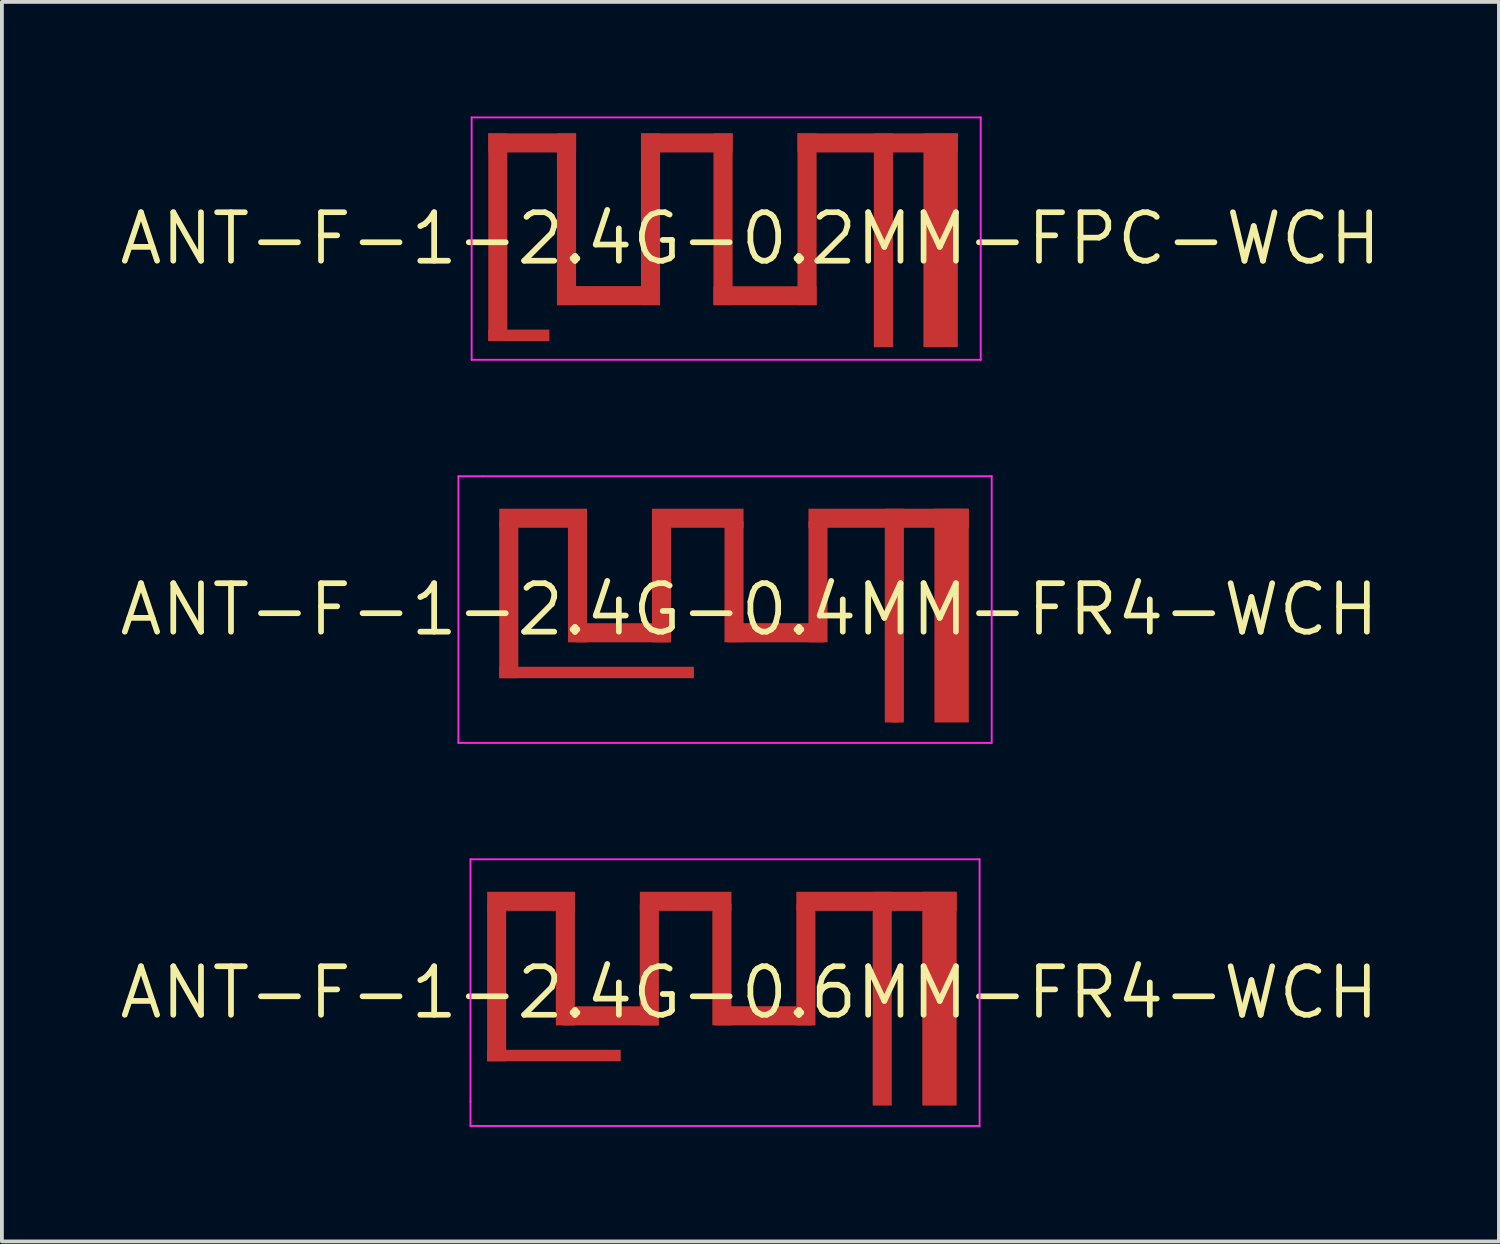
<source format=kicad_pcb>
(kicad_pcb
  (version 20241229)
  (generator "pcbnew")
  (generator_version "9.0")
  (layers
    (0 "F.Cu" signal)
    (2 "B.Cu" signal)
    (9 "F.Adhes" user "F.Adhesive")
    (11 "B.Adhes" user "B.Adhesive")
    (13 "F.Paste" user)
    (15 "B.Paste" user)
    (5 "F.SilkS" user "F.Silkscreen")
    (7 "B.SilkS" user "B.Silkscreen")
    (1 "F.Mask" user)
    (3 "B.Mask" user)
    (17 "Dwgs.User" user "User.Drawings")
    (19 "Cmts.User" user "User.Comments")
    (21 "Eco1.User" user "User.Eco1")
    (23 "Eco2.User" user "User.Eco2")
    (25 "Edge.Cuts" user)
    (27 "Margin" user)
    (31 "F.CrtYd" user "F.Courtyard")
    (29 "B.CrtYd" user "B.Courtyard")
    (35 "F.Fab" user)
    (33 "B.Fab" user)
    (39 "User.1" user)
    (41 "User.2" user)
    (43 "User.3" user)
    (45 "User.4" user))
  (footprint "ANT-F-1-2.4G-0.2MM-FPC-WCH"
    (layer "F.Cu")
    (at 15.973 3.2)
    (property "Reference" "ANT-F-1-2.4G-0.2MM-FPC-WCH" (at 0.635 0 0) (layer "F.SilkS") (effects (font (size 1.27 1.27) (thickness 0.15))))
    (attr exclude_from_pos_files exclude_from_bom)
    (fp_poly (pts (xy -6.232 2.684) (xy -4.632 2.684) (xy -4.632 2.384) (xy -6.232 2.384)) (stroke (width 0) (type solid)) (fill yes) (layer "F.Cu"))
    (fp_poly (pts (xy -5.733 -2.756) (xy -6.232 -2.756) (xy -6.232 2.684) (xy -5.733 2.684)) (stroke (width 0) (type solid)) (fill yes) (layer "F.Cu"))
    (fp_poly (pts (xy -3.932 -2.756) (xy -6.232 -2.756) (xy -6.232 -2.256) (xy -3.932 -2.256)) (stroke (width 0) (type solid)) (fill yes) (layer "F.Cu"))
    (fp_poly (pts (xy -3.932 -2.756) (xy -4.433 -2.756) (xy -4.433 1.744) (xy -3.932 1.744)) (stroke (width 0) (type solid)) (fill yes) (layer "F.Cu"))
    (fp_poly (pts (xy -1.733 1.244) (xy -4.433 1.244) (xy -4.433 1.744) (xy -1.733 1.744)) (stroke (width 0) (type solid)) (fill yes) (layer "F.Cu"))
    (fp_poly (pts (xy -1.733 -2.756) (xy -2.232 -2.756) (xy -2.232 1.744) (xy -1.733 1.744)) (stroke (width 0) (type solid)) (fill yes) (layer "F.Cu"))
    (fp_poly (pts (xy 0.168 -2.756) (xy -2.232 -2.756) (xy -2.232 -2.256) (xy 0.168 -2.256)) (stroke (width 0) (type solid)) (fill yes) (layer "F.Cu"))
    (fp_poly (pts (xy 0.168 -2.756) (xy -0.333 -2.756) (xy -0.333 1.744) (xy 0.168 1.744)) (stroke (width 0) (type solid)) (fill yes) (layer "F.Cu"))
    (fp_poly (pts (xy 2.368 -2.756) (xy 1.868 -2.756) (xy 1.868 1.744) (xy 2.368 1.744)) (stroke (width 0) (type solid)) (fill yes) (layer "F.Cu"))
    (fp_poly (pts (xy 2.368 1.249) (xy -0.333 1.249) (xy -0.333 1.744) (xy 2.368 1.744)) (stroke (width 0) (type solid)) (fill yes) (layer "F.Cu"))
    (fp_poly (pts (xy 6.068 -2.756) (xy 1.868 -2.756) (xy 1.868 -2.256) (xy 6.068 -2.256)) (stroke (width 0) (type solid)) (fill yes) (layer "F.Cu"))
    (fp_poly (pts (xy -6.232 2.684) (xy -4.632 2.684) (xy -4.632 2.384) (xy -6.232 2.384)) (stroke (width 0) (type solid)) (fill yes) (layer "F.Mask"))
    (fp_poly (pts (xy -5.733 -2.756) (xy -6.232 -2.756) (xy -6.232 2.684) (xy -5.733 2.684)) (stroke (width 0) (type solid)) (fill yes) (layer "F.Mask"))
    (fp_poly (pts (xy -3.932 -2.756) (xy -4.433 -2.756) (xy -4.433 1.744) (xy -3.932 1.744)) (stroke (width 0) (type solid)) (fill yes) (layer "F.Mask"))
    (fp_poly (pts (xy -3.932 -2.756) (xy -6.232 -2.756) (xy -6.232 -2.256) (xy -3.932 -2.256)) (stroke (width 0) (type solid)) (fill yes) (layer "F.Mask"))
    (fp_poly (pts (xy -1.733 1.244) (xy -4.433 1.244) (xy -4.433 1.744) (xy -1.733 1.744)) (stroke (width 0) (type solid)) (fill yes) (layer "F.Mask"))
    (fp_poly (pts (xy -1.733 -2.756) (xy -2.232 -2.756) (xy -2.232 1.744) (xy -1.733 1.744)) (stroke (width 0) (type solid)) (fill yes) (layer "F.Mask"))
    (fp_poly (pts (xy 0.168 -2.756) (xy -2.232 -2.756) (xy -2.232 -2.256) (xy 0.168 -2.256)) (stroke (width 0) (type solid)) (fill yes) (layer "F.Mask"))
    (fp_poly (pts (xy 0.168 -2.756) (xy -0.332 -2.756) (xy -0.332 1.744) (xy 0.168 1.744)) (stroke (width 0) (type solid)) (fill yes) (layer "F.Mask"))
    (fp_poly (pts (xy 2.368 -2.756) (xy 1.868 -2.756) (xy 1.868 1.744) (xy 2.368 1.744)) (stroke (width 0) (type solid)) (fill yes) (layer "F.Mask"))
    (fp_poly (pts (xy 2.368 1.249) (xy -0.332 1.249) (xy -0.332 1.744) (xy 2.368 1.744)) (stroke (width 0) (type solid)) (fill yes) (layer "F.Mask"))
    (fp_poly (pts (xy 4.368 -2.487) (xy 3.868 -2.487) (xy 3.868 2.844) (xy 4.368 2.844)) (stroke (width 0) (type solid)) (fill yes) (layer "F.Mask"))
    (fp_poly (pts (xy 6.068 -2.756) (xy 5.167 -2.756) (xy 5.167 2.844) (xy 6.068 2.844)) (stroke (width 0) (type solid)) (fill yes) (layer "F.Mask"))
    (fp_poly (pts (xy 6.068 -2.756) (xy 1.868 -2.756) (xy 1.868 -2.256) (xy 6.068 -2.256)) (stroke (width 0) (type solid)) (fill yes) (layer "F.Mask"))
    (fp_line (start -6.668 -3.175) (end -6.668 3.175) (stroke (width 0.05) (type solid)) (layer "F.CrtYd"))
    (fp_line (start -6.668 3.175) (end 6.668 3.175) (stroke (width 0.05) (type solid)) (layer "F.CrtYd"))
    (fp_line (start 6.668 -3.175) (end -6.668 -3.175) (stroke (width 0.05) (type solid)) (layer "F.CrtYd"))
    (fp_line (start 6.668 3.175) (end 6.668 -3.175) (stroke (width 0.05) (type solid)) (layer "F.CrtYd"))
    (pad "0" smd rect (at 5.617 0.044) (size 0.9 5.6) (layers "F.Cu" "F.Mask" "F.Paste"))
    (pad "1" smd rect (at 4.119 0.044) (size 0.502 5.6) (layers "F.Cu" "F.Mask" "F.Paste")))
  (footprint "ANT-F-1-2.4G-0.4MM-FR4-WCH"
    (layer "F.Cu")
    (at 15.943 12.918)
    (property "Reference" "ANT-F-1-2.4G-0.4MM-FR4-WCH" (at 0.635 0 0) (layer "F.SilkS") (effects (font (size 1.27 1.27) (thickness 0.15))))
    (attr exclude_from_pos_files exclude_from_bom)
    (fp_poly (pts (xy -5.415 -2.322) (xy -5.915 -2.322) (xy -5.915 1.798) (xy -5.415 1.798)) (stroke (width 0) (type solid)) (fill yes) (layer "F.Cu"))
    (fp_poly (pts (xy -3.615 -2.322) (xy -4.115 -2.322) (xy -4.115 0.858) (xy -3.615 0.858)) (stroke (width 0) (type solid)) (fill yes) (layer "F.Cu"))
    (fp_poly (pts (xy -3.615 -2.642) (xy -5.915 -2.642) (xy -5.915 -2.142) (xy -3.615 -2.142)) (stroke (width 0) (type solid)) (fill yes) (layer "F.Cu"))
    (fp_poly (pts (xy -1.43 0.358) (xy -3.919 0.358) (xy -3.919 0.858) (xy -1.43 0.858)) (stroke (width 0) (type solid)) (fill yes) (layer "F.Cu"))
    (fp_poly (pts (xy -1.415 -2.322) (xy -1.915 -2.322) (xy -1.915 0.858) (xy -1.415 0.858)) (stroke (width 0) (type solid)) (fill yes) (layer "F.Cu"))
    (fp_poly (pts (xy -0.815 1.498) (xy -5.915 1.498) (xy -5.915 1.798) (xy -0.815 1.798)) (stroke (width 0) (type solid)) (fill yes) (layer "F.Cu"))
    (fp_poly (pts (xy 0.485 -2.322) (xy -0.015 -2.322) (xy -0.015 0.857) (xy 0.485 0.857)) (stroke (width 0) (type solid)) (fill yes) (layer "F.Cu"))
    (fp_poly (pts (xy 0.485 -2.642) (xy -1.915 -2.642) (xy -1.915 -2.142) (xy 0.485 -2.142)) (stroke (width 0) (type solid)) (fill yes) (layer "F.Cu"))
    (fp_poly (pts (xy 2.595 0.357) (xy 0.055 0.357) (xy 0.055 0.858) (xy 2.595 0.858)) (stroke (width 0) (type solid)) (fill yes) (layer "F.Cu"))
    (fp_poly (pts (xy 2.685 -2.322) (xy 2.185 -2.322) (xy 2.185 0.858) (xy 2.685 0.858)) (stroke (width 0) (type solid)) (fill yes) (layer "F.Cu"))
    (fp_poly (pts (xy 6.385 -2.642) (xy 2.185 -2.642) (xy 2.185 -2.142) (xy 6.385 -2.142)) (stroke (width 0) (type solid)) (fill yes) (layer "F.Cu"))
    (fp_poly (pts (xy -5.415 -2.322) (xy -5.915 -2.322) (xy -5.915 1.798) (xy -5.415 1.798)) (stroke (width 0) (type solid)) (fill yes) (layer "F.Mask"))
    (fp_poly (pts (xy -3.615 -2.322) (xy -4.115 -2.322) (xy -4.115 0.858) (xy -3.615 0.858)) (stroke (width 0) (type solid)) (fill yes) (layer "F.Mask"))
    (fp_poly (pts (xy -3.615 -2.642) (xy -5.915 -2.642) (xy -5.915 -2.142) (xy -3.615 -2.142)) (stroke (width 0) (type solid)) (fill yes) (layer "F.Mask"))
    (fp_poly (pts (xy -1.43 0.358) (xy -3.919 0.358) (xy -3.919 0.858) (xy -1.43 0.858)) (stroke (width 0) (type solid)) (fill yes) (layer "F.Mask"))
    (fp_poly (pts (xy -1.415 -2.322) (xy -1.915 -2.322) (xy -1.915 0.858) (xy -1.415 0.858)) (stroke (width 0) (type solid)) (fill yes) (layer "F.Mask"))
    (fp_poly (pts (xy -0.815 1.498) (xy -5.915 1.498) (xy -5.915 1.798) (xy -0.815 1.798)) (stroke (width 0) (type solid)) (fill yes) (layer "F.Mask"))
    (fp_poly (pts (xy 0.485 -2.322) (xy -0.015 -2.322) (xy -0.015 0.858) (xy 0.485 0.858)) (stroke (width 0) (type solid)) (fill yes) (layer "F.Mask"))
    (fp_poly (pts (xy 0.485 -2.642) (xy -1.915 -2.642) (xy -1.915 -2.142) (xy 0.485 -2.142)) (stroke (width 0) (type solid)) (fill yes) (layer "F.Mask"))
    (fp_poly (pts (xy 2.595 0.357) (xy 0.055 0.357) (xy 0.055 0.858) (xy 2.595 0.858)) (stroke (width 0) (type solid)) (fill yes) (layer "F.Mask"))
    (fp_poly (pts (xy 2.685 -2.322) (xy 2.185 -2.322) (xy 2.185 0.857) (xy 2.685 0.857)) (stroke (width 0) (type solid)) (fill yes) (layer "F.Mask"))
    (fp_poly (pts (xy 4.685 -2.373) (xy 4.185 -2.373) (xy 4.185 2.957) (xy 4.685 2.957)) (stroke (width 0) (type solid)) (fill yes) (layer "F.Mask"))
    (fp_poly (pts (xy 6.385 -2.348) (xy 5.485 -2.348) (xy 5.485 2.958) (xy 6.385 2.958)) (stroke (width 0) (type solid)) (fill yes) (layer "F.Mask"))
    (fp_poly (pts (xy 6.385 -2.642) (xy 2.185 -2.642) (xy 2.185 -2.142) (xy 6.385 -2.142)) (stroke (width 0) (type solid)) (fill yes) (layer "F.Mask"))
    (fp_line (start -6.985 -3.493) (end -6.985 3.493) (stroke (width 0.05) (type solid)) (layer "F.CrtYd"))
    (fp_line (start -6.985 3.493) (end 6.985 3.493) (stroke (width 0.05) (type solid)) (layer "F.CrtYd"))
    (fp_line (start -6.35 -3.493) (end -6.985 -3.493) (stroke (width 0.05) (type solid)) (layer "F.CrtYd"))
    (fp_line (start 6.985 -3.493) (end -6.35 -3.493) (stroke (width 0.05) (type solid)) (layer "F.CrtYd"))
    (fp_line (start 6.985 3.493) (end 6.985 -3.493) (stroke (width 0.05) (type solid)) (layer "F.CrtYd"))
    (pad "0" smd rect (at 5.935 0.158) (size 0.9 5.6) (layers "F.Cu" "F.Mask" "F.Paste"))
    (pad "1" smd rect (at 4.435 0.158) (size 0.5 5.6) (layers "F.Cu" "F.Mask" "F.Paste"))
    (pad "1" smd rect (at 4.445 2.857 90) (size 0.2 0.2) (layers "F.Cu")))
  (footprint "ANT-F-1-2.4G-0.6MM-FR4-WCH"
    (layer "F.Cu")
    (at 15.943 22.953)
    (property "Reference" "ANT-F-1-2.4G-0.6MM-FR4-WCH" (at 0.635 0 0) (layer "F.SilkS") (effects (font (size 1.27 1.27) (thickness 0.15))))
    (attr exclude_from_pos_files exclude_from_bom)
    (fp_poly (pts (xy -5.733 -2.322) (xy -6.233 -2.322) (xy -6.233 1.798) (xy -5.733 1.798)) (stroke (width 0) (type solid)) (fill yes) (layer "F.Cu"))
    (fp_poly (pts (xy -3.933 -2.322) (xy -4.433 -2.322) (xy -4.433 0.858) (xy -3.933 0.858)) (stroke (width 0) (type solid)) (fill yes) (layer "F.Cu"))
    (fp_poly (pts (xy -3.932 -2.642) (xy -6.232 -2.642) (xy -6.232 -2.142) (xy -3.932 -2.142)) (stroke (width 0) (type solid)) (fill yes) (layer "F.Cu"))
    (fp_poly (pts (xy -2.733 1.498) (xy -6.233 1.498) (xy -6.233 1.798) (xy -2.733 1.798)) (stroke (width 0) (type solid)) (fill yes) (layer "F.Cu"))
    (fp_poly (pts (xy -1.747 0.358) (xy -4.236 0.358) (xy -4.236 0.858) (xy -1.747 0.858)) (stroke (width 0) (type solid)) (fill yes) (layer "F.Cu"))
    (fp_poly (pts (xy -1.733 -2.322) (xy -2.233 -2.322) (xy -2.233 0.858) (xy -1.733 0.858)) (stroke (width 0) (type solid)) (fill yes) (layer "F.Cu"))
    (fp_poly (pts (xy 0.168 -2.322) (xy -0.333 -2.322) (xy -0.333 0.857) (xy 0.168 0.857)) (stroke (width 0) (type solid)) (fill yes) (layer "F.Cu"))
    (fp_poly (pts (xy 0.168 -2.642) (xy -2.232 -2.642) (xy -2.232 -2.142) (xy 0.168 -2.142)) (stroke (width 0) (type solid)) (fill yes) (layer "F.Cu"))
    (fp_poly (pts (xy 2.277 0.357) (xy -0.263 0.357) (xy -0.263 0.858) (xy 2.277 0.858)) (stroke (width 0) (type solid)) (fill yes) (layer "F.Cu"))
    (fp_poly (pts (xy 2.368 -2.322) (xy 1.868 -2.322) (xy 1.868 0.858) (xy 2.368 0.858)) (stroke (width 0) (type solid)) (fill yes) (layer "F.Cu"))
    (fp_poly (pts (xy 6.068 -2.642) (xy 1.868 -2.642) (xy 1.868 -2.142) (xy 6.068 -2.142)) (stroke (width 0) (type solid)) (fill yes) (layer "F.Cu"))
    (fp_poly (pts (xy -5.733 -2.322) (xy -6.232 -2.322) (xy -6.232 1.798) (xy -5.733 1.798)) (stroke (width 0) (type solid)) (fill yes) (layer "F.Mask"))
    (fp_poly (pts (xy -3.933 -2.322) (xy -4.433 -2.322) (xy -4.433 0.858) (xy -3.933 0.858)) (stroke (width 0) (type solid)) (fill yes) (layer "F.Mask"))
    (fp_poly (pts (xy -3.932 -2.642) (xy -6.232 -2.642) (xy -6.232 -2.142) (xy -3.932 -2.142)) (stroke (width 0) (type solid)) (fill yes) (layer "F.Mask"))
    (fp_poly (pts (xy -2.733 1.498) (xy -6.233 1.498) (xy -6.233 1.798) (xy -2.733 1.798)) (stroke (width 0) (type solid)) (fill yes) (layer "F.Mask"))
    (fp_poly (pts (xy -1.747 0.358) (xy -4.236 0.358) (xy -4.236 0.858) (xy -1.747 0.858)) (stroke (width 0) (type solid)) (fill yes) (layer "F.Mask"))
    (fp_poly (pts (xy -1.733 -2.322) (xy -2.233 -2.322) (xy -2.233 0.858) (xy -1.733 0.858)) (stroke (width 0) (type solid)) (fill yes) (layer "F.Mask"))
    (fp_poly (pts (xy 0.168 -2.322) (xy -0.332 -2.322) (xy -0.332 0.858) (xy 0.168 0.858)) (stroke (width 0) (type solid)) (fill yes) (layer "F.Mask"))
    (fp_poly (pts (xy 0.168 -2.642) (xy -2.232 -2.642) (xy -2.232 -2.142) (xy 0.168 -2.142)) (stroke (width 0) (type solid)) (fill yes) (layer "F.Mask"))
    (fp_poly (pts (xy 2.277 0.357) (xy -0.263 0.357) (xy -0.263 0.858) (xy 2.277 0.858)) (stroke (width 0) (type solid)) (fill yes) (layer "F.Mask"))
    (fp_poly (pts (xy 2.368 -2.322) (xy 1.868 -2.322) (xy 1.868 0.857) (xy 2.368 0.857)) (stroke (width 0) (type solid)) (fill yes) (layer "F.Mask"))
    (fp_poly (pts (xy 4.368 -2.373) (xy 3.868 -2.373) (xy 3.868 2.957) (xy 4.368 2.957)) (stroke (width 0) (type solid)) (fill yes) (layer "F.Mask"))
    (fp_poly (pts (xy 6.067 -2.348) (xy 5.167 -2.348) (xy 5.167 2.958) (xy 6.067 2.958)) (stroke (width 0) (type solid)) (fill yes) (layer "F.Mask"))
    (fp_poly (pts (xy 6.068 -2.642) (xy 1.868 -2.642) (xy 1.868 -2.142) (xy 6.068 -2.142)) (stroke (width 0) (type solid)) (fill yes) (layer "F.Mask"))
    (fp_line (start -6.668 -3.493) (end -6.668 2.857) (stroke (width 0.05) (type solid)) (layer "F.CrtYd"))
    (fp_line (start -6.668 2.857) (end -6.668 3.493) (stroke (width 0.05) (type solid)) (layer "F.CrtYd"))
    (fp_line (start -6.668 3.493) (end 6.668 3.493) (stroke (width 0.05) (type solid)) (layer "F.CrtYd"))
    (fp_line (start 6.668 -3.493) (end -6.668 -3.493) (stroke (width 0.05) (type solid)) (layer "F.CrtYd"))
    (fp_line (start 6.668 3.493) (end 6.668 -3.493) (stroke (width 0.05) (type solid)) (layer "F.CrtYd"))
    (pad "0" smd rect (at 5.617 0.158) (size 0.9 5.6) (layers "F.Cu" "F.Mask" "F.Paste"))
    (pad "1" smd rect (at 4.118 0.158) (size 0.5 5.6) (layers "F.Cu" "F.Mask" "F.Paste")))
  (gr_rect
    (start -3 -3)
    (end 36.216 29.47)
    (stroke (width 0.1) (type default))
    (fill no)
    (layer "Edge.Cuts")))
</source>
